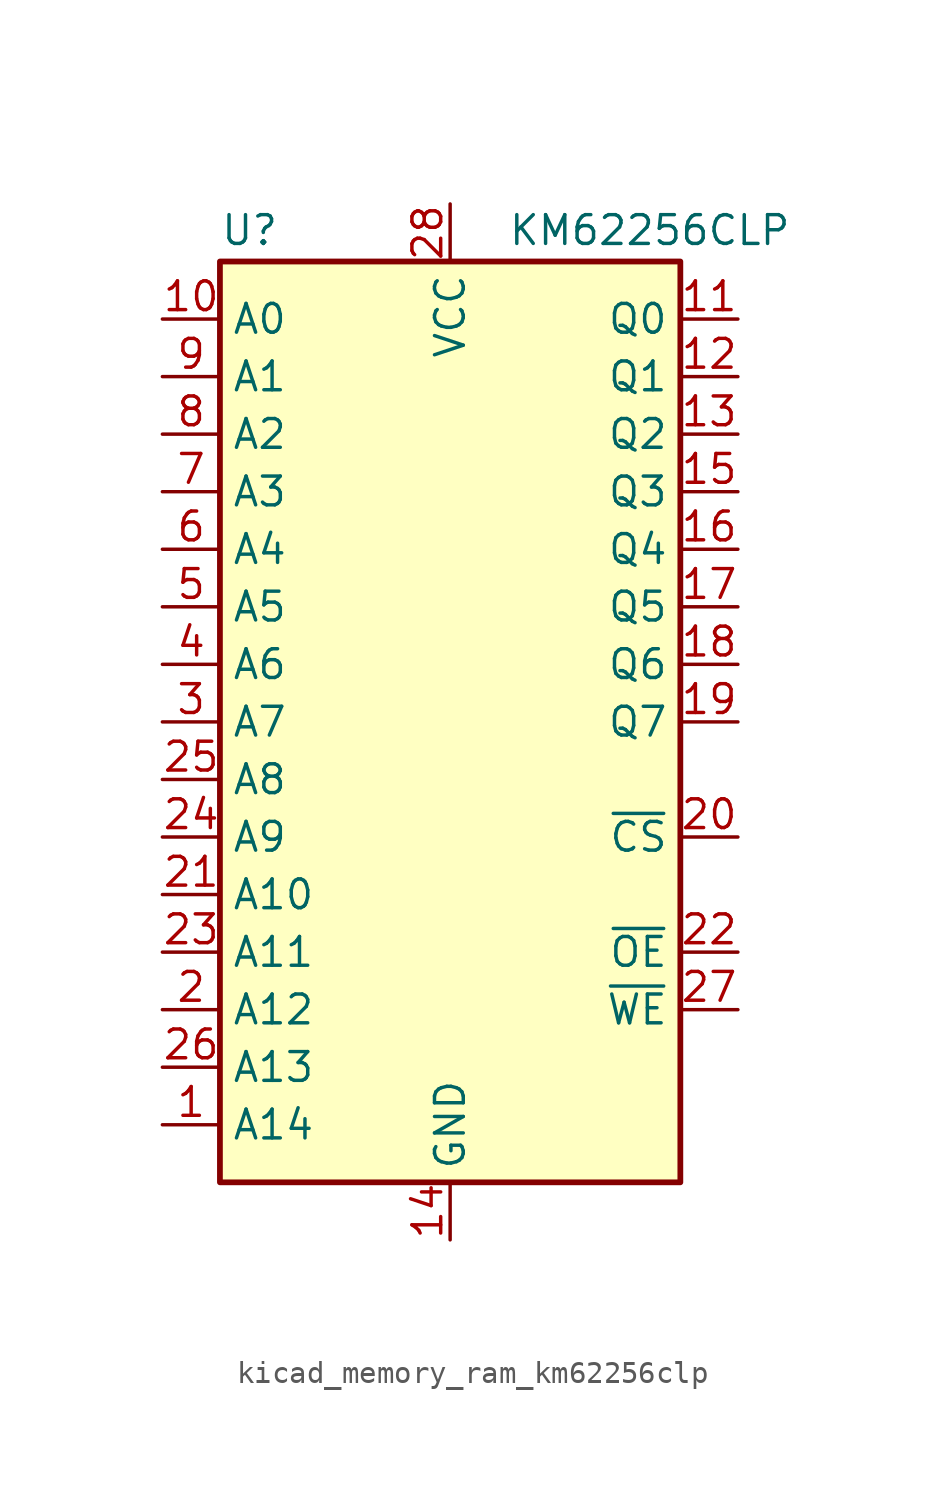
<source format=kicad_sym>
(kicad_symbol_lib
  (version 20220914)
  (generator kicad_symbol_editor)
  (symbol "kicad_memory_ram_km62256clp"
    (property "Reference" "U"
      (at -10.16 20.955 0)
      (effects (font (size 1.27 1.27)) (justify left bottom)))
    (property "Value" "KM62256CLP"
      (at 2.54 20.955 0)
      (effects (font (size 1.27 1.27)) (justify left bottom)))
    (symbol "kicad_memory_ram_km62256clp_0_0"
      (pin power_in line (at 0 -22.86 90) (length 2.54) (name "GND" (effects (font (size 1.27 1.27)))) (number "14" (effects (font (size 1.27 1.27)))))
      (pin power_in line (at 0 22.86 270) (length 2.54) (name "VCC" (effects (font (size 1.27 1.27)))) (number "28" (effects (font (size 1.27 1.27))))))
    (symbol "kicad_memory_ram_km62256clp_0_1"
      (rectangle (start -10.16 20.32) (end 10.16 -20.32) (stroke (width 0.254) (type default)) (fill (type background))))
    (symbol "kicad_memory_ram_km62256clp_1_1"
      (pin input line (at -12.7 -17.78 0) (length 2.54) (name "A14" (effects (font (size 1.27 1.27)))) (number "1" (effects (font (size 1.27 1.27)))))
      (pin input line (at -12.7 17.78 0) (length 2.54) (name "A0" (effects (font (size 1.27 1.27)))) (number "10" (effects (font (size 1.27 1.27)))))
      (pin tri_state line (at 12.7 17.78 180) (length 2.54) (name "Q0" (effects (font (size 1.27 1.27)))) (number "11" (effects (font (size 1.27 1.27)))))
      (pin tri_state line (at 12.7 15.24 180) (length 2.54) (name "Q1" (effects (font (size 1.27 1.27)))) (number "12" (effects (font (size 1.27 1.27)))))
      (pin tri_state line (at 12.7 12.7 180) (length 2.54) (name "Q2" (effects (font (size 1.27 1.27)))) (number "13" (effects (font (size 1.27 1.27)))))
      (pin tri_state line (at 12.7 10.16 180) (length 2.54) (name "Q3" (effects (font (size 1.27 1.27)))) (number "15" (effects (font (size 1.27 1.27)))))
      (pin tri_state line (at 12.7 7.62 180) (length 2.54) (name "Q4" (effects (font (size 1.27 1.27)))) (number "16" (effects (font (size 1.27 1.27)))))
      (pin tri_state line (at 12.7 5.08 180) (length 2.54) (name "Q5" (effects (font (size 1.27 1.27)))) (number "17" (effects (font (size 1.27 1.27)))))
      (pin tri_state line (at 12.7 2.54 180) (length 2.54) (name "Q6" (effects (font (size 1.27 1.27)))) (number "18" (effects (font (size 1.27 1.27)))))
      (pin tri_state line (at 12.7 0 180) (length 2.54) (name "Q7" (effects (font (size 1.27 1.27)))) (number "19" (effects (font (size 1.27 1.27)))))
      (pin input line (at -12.7 -12.7 0) (length 2.54) (name "A12" (effects (font (size 1.27 1.27)))) (number "2" (effects (font (size 1.27 1.27)))))
      (pin input line (at 12.7 -5.08 180) (length 2.54) (name "~{CS}" (effects (font (size 1.27 1.27)))) (number "20" (effects (font (size 1.27 1.27)))))
      (pin input line (at -12.7 -7.62 0) (length 2.54) (name "A10" (effects (font (size 1.27 1.27)))) (number "21" (effects (font (size 1.27 1.27)))))
      (pin input line (at 12.7 -10.16 180) (length 2.54) (name "~{OE}" (effects (font (size 1.27 1.27)))) (number "22" (effects (font (size 1.27 1.27)))))
      (pin input line (at -12.7 -10.16 0) (length 2.54) (name "A11" (effects (font (size 1.27 1.27)))) (number "23" (effects (font (size 1.27 1.27)))))
      (pin input line (at -12.7 -5.08 0) (length 2.54) (name "A9" (effects (font (size 1.27 1.27)))) (number "24" (effects (font (size 1.27 1.27)))))
      (pin input line (at -12.7 -2.54 0) (length 2.54) (name "A8" (effects (font (size 1.27 1.27)))) (number "25" (effects (font (size 1.27 1.27)))))
      (pin input line (at -12.7 -15.24 0) (length 2.54) (name "A13" (effects (font (size 1.27 1.27)))) (number "26" (effects (font (size 1.27 1.27)))))
      (pin input line (at 12.7 -12.7 180) (length 2.54) (name "~{WE}" (effects (font (size 1.27 1.27)))) (number "27" (effects (font (size 1.27 1.27)))))
      (pin input line (at -12.7 0 0) (length 2.54) (name "A7" (effects (font (size 1.27 1.27)))) (number "3" (effects (font (size 1.27 1.27)))))
      (pin input line (at -12.7 2.54 0) (length 2.54) (name "A6" (effects (font (size 1.27 1.27)))) (number "4" (effects (font (size 1.27 1.27)))))
      (pin input line (at -12.7 5.08 0) (length 2.54) (name "A5" (effects (font (size 1.27 1.27)))) (number "5" (effects (font (size 1.27 1.27)))))
      (pin input line (at -12.7 7.62 0) (length 2.54) (name "A4" (effects (font (size 1.27 1.27)))) (number "6" (effects (font (size 1.27 1.27)))))
      (pin input line (at -12.7 10.16 0) (length 2.54) (name "A3" (effects (font (size 1.27 1.27)))) (number "7" (effects (font (size 1.27 1.27)))))
      (pin input line (at -12.7 12.7 0) (length 2.54) (name "A2" (effects (font (size 1.27 1.27)))) (number "8" (effects (font (size 1.27 1.27)))))
      (pin input line (at -12.7 15.24 0) (length 2.54) (name "A1" (effects (font (size 1.27 1.27)))) (number "9" (effects (font (size 1.27 1.27))))))))
</source>
